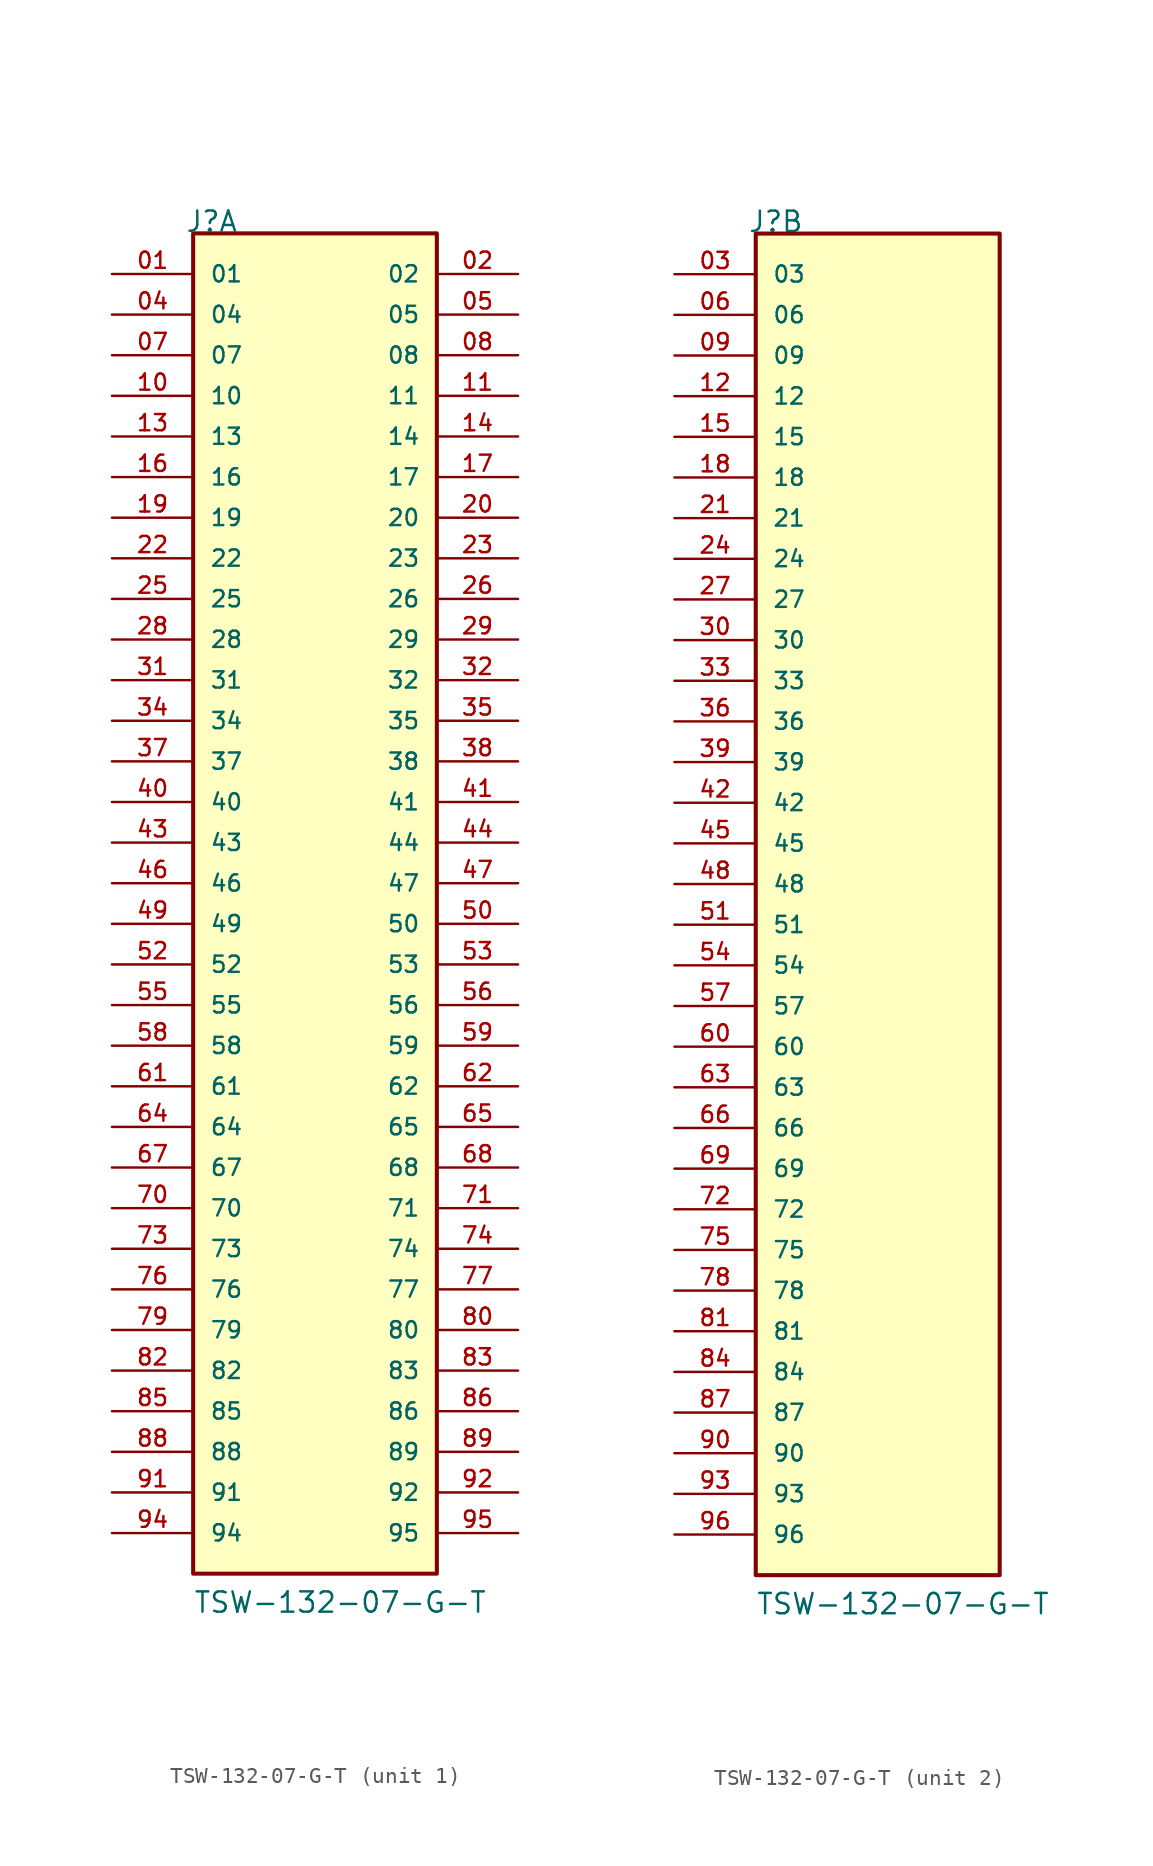
<source format=kicad_sym>
(kicad_symbol_lib
  (version 20211014)
  (generator kicad_symbol_editor)
  (symbol "TSW-132-07-G-T"
    (pin_names
      (offset 1.016))
    (property "Reference" "J"
      (at -8.128 43.18 0)
      (effects (font (size 1.27 1.27)) (justify left bottom)))
    (property "Value" "TSW-132-07-G-T"
      (at -7.62 -43.18 0)
      (effects (font (size 1.27 1.27)) (justify left bottom)))
    (property "ki_locked" ""
      (at 0 0 0)
      (effects (font (size 1.27 1.27))))
    (symbol "TSW-132-07-G-T_1_0"
      (rectangle (start -7.62 -40.64) (end 7.62 43.18) (stroke (width 0.254) (type default) (color 0 0 0 0)) (fill (type background)))
      (pin passive line (at -12.7 40.64 0) (length 5.08) (name "01" (effects (font (size 1.016 1.016)))) (number "01" (effects (font (size 1.016 1.016)))))
      (pin passive line (at 12.7 40.64 180) (length 5.08) (name "02" (effects (font (size 1.016 1.016)))) (number "02" (effects (font (size 1.016 1.016)))))
      (pin passive line (at -12.7 38.1 0) (length 5.08) (name "04" (effects (font (size 1.016 1.016)))) (number "04" (effects (font (size 1.016 1.016)))))
      (pin passive line (at 12.7 38.1 180) (length 5.08) (name "05" (effects (font (size 1.016 1.016)))) (number "05" (effects (font (size 1.016 1.016)))))
      (pin passive line (at -12.7 35.56 0) (length 5.08) (name "07" (effects (font (size 1.016 1.016)))) (number "07" (effects (font (size 1.016 1.016)))))
      (pin passive line (at 12.7 35.56 180) (length 5.08) (name "08" (effects (font (size 1.016 1.016)))) (number "08" (effects (font (size 1.016 1.016)))))
      (pin passive line (at -12.7 33.02 0) (length 5.08) (name "10" (effects (font (size 1.016 1.016)))) (number "10" (effects (font (size 1.016 1.016)))))
      (pin passive line (at 12.7 33.02 180) (length 5.08) (name "11" (effects (font (size 1.016 1.016)))) (number "11" (effects (font (size 1.016 1.016)))))
      (pin passive line (at -12.7 30.48 0) (length 5.08) (name "13" (effects (font (size 1.016 1.016)))) (number "13" (effects (font (size 1.016 1.016)))))
      (pin passive line (at 12.7 30.48 180) (length 5.08) (name "14" (effects (font (size 1.016 1.016)))) (number "14" (effects (font (size 1.016 1.016)))))
      (pin passive line (at -12.7 27.94 0) (length 5.08) (name "16" (effects (font (size 1.016 1.016)))) (number "16" (effects (font (size 1.016 1.016)))))
      (pin passive line (at 12.7 27.94 180) (length 5.08) (name "17" (effects (font (size 1.016 1.016)))) (number "17" (effects (font (size 1.016 1.016)))))
      (pin passive line (at -12.7 25.4 0) (length 5.08) (name "19" (effects (font (size 1.016 1.016)))) (number "19" (effects (font (size 1.016 1.016)))))
      (pin passive line (at 12.7 25.4 180) (length 5.08) (name "20" (effects (font (size 1.016 1.016)))) (number "20" (effects (font (size 1.016 1.016)))))
      (pin passive line (at -12.7 22.86 0) (length 5.08) (name "22" (effects (font (size 1.016 1.016)))) (number "22" (effects (font (size 1.016 1.016)))))
      (pin passive line (at 12.7 22.86 180) (length 5.08) (name "23" (effects (font (size 1.016 1.016)))) (number "23" (effects (font (size 1.016 1.016)))))
      (pin passive line (at -12.7 20.32 0) (length 5.08) (name "25" (effects (font (size 1.016 1.016)))) (number "25" (effects (font (size 1.016 1.016)))))
      (pin passive line (at 12.7 20.32 180) (length 5.08) (name "26" (effects (font (size 1.016 1.016)))) (number "26" (effects (font (size 1.016 1.016)))))
      (pin passive line (at -12.7 17.78 0) (length 5.08) (name "28" (effects (font (size 1.016 1.016)))) (number "28" (effects (font (size 1.016 1.016)))))
      (pin passive line (at 12.7 17.78 180) (length 5.08) (name "29" (effects (font (size 1.016 1.016)))) (number "29" (effects (font (size 1.016 1.016)))))
      (pin passive line (at -12.7 15.24 0) (length 5.08) (name "31" (effects (font (size 1.016 1.016)))) (number "31" (effects (font (size 1.016 1.016)))))
      (pin passive line (at 12.7 15.24 180) (length 5.08) (name "32" (effects (font (size 1.016 1.016)))) (number "32" (effects (font (size 1.016 1.016)))))
      (pin passive line (at -12.7 12.7 0) (length 5.08) (name "34" (effects (font (size 1.016 1.016)))) (number "34" (effects (font (size 1.016 1.016)))))
      (pin passive line (at 12.7 12.7 180) (length 5.08) (name "35" (effects (font (size 1.016 1.016)))) (number "35" (effects (font (size 1.016 1.016)))))
      (pin passive line (at -12.7 10.16 0) (length 5.08) (name "37" (effects (font (size 1.016 1.016)))) (number "37" (effects (font (size 1.016 1.016)))))
      (pin passive line (at 12.7 10.16 180) (length 5.08) (name "38" (effects (font (size 1.016 1.016)))) (number "38" (effects (font (size 1.016 1.016)))))
      (pin passive line (at -12.7 7.62 0) (length 5.08) (name "40" (effects (font (size 1.016 1.016)))) (number "40" (effects (font (size 1.016 1.016)))))
      (pin passive line (at 12.7 7.62 180) (length 5.08) (name "41" (effects (font (size 1.016 1.016)))) (number "41" (effects (font (size 1.016 1.016)))))
      (pin passive line (at -12.7 5.08 0) (length 5.08) (name "43" (effects (font (size 1.016 1.016)))) (number "43" (effects (font (size 1.016 1.016)))))
      (pin passive line (at 12.7 5.08 180) (length 5.08) (name "44" (effects (font (size 1.016 1.016)))) (number "44" (effects (font (size 1.016 1.016)))))
      (pin passive line (at -12.7 2.54 0) (length 5.08) (name "46" (effects (font (size 1.016 1.016)))) (number "46" (effects (font (size 1.016 1.016)))))
      (pin passive line (at 12.7 2.54 180) (length 5.08) (name "47" (effects (font (size 1.016 1.016)))) (number "47" (effects (font (size 1.016 1.016)))))
      (pin passive line (at -12.7 0 0) (length 5.08) (name "49" (effects (font (size 1.016 1.016)))) (number "49" (effects (font (size 1.016 1.016)))))
      (pin passive line (at 12.7 0 180) (length 5.08) (name "50" (effects (font (size 1.016 1.016)))) (number "50" (effects (font (size 1.016 1.016)))))
      (pin passive line (at -12.7 -2.54 0) (length 5.08) (name "52" (effects (font (size 1.016 1.016)))) (number "52" (effects (font (size 1.016 1.016)))))
      (pin passive line (at 12.7 -2.54 180) (length 5.08) (name "53" (effects (font (size 1.016 1.016)))) (number "53" (effects (font (size 1.016 1.016)))))
      (pin passive line (at -12.7 -5.08 0) (length 5.08) (name "55" (effects (font (size 1.016 1.016)))) (number "55" (effects (font (size 1.016 1.016)))))
      (pin passive line (at 12.7 -5.08 180) (length 5.08) (name "56" (effects (font (size 1.016 1.016)))) (number "56" (effects (font (size 1.016 1.016)))))
      (pin passive line (at -12.7 -7.62 0) (length 5.08) (name "58" (effects (font (size 1.016 1.016)))) (number "58" (effects (font (size 1.016 1.016)))))
      (pin passive line (at 12.7 -7.62 180) (length 5.08) (name "59" (effects (font (size 1.016 1.016)))) (number "59" (effects (font (size 1.016 1.016)))))
      (pin passive line (at -12.7 -10.16 0) (length 5.08) (name "61" (effects (font (size 1.016 1.016)))) (number "61" (effects (font (size 1.016 1.016)))))
      (pin passive line (at 12.7 -10.16 180) (length 5.08) (name "62" (effects (font (size 1.016 1.016)))) (number "62" (effects (font (size 1.016 1.016)))))
      (pin passive line (at -12.7 -12.7 0) (length 5.08) (name "64" (effects (font (size 1.016 1.016)))) (number "64" (effects (font (size 1.016 1.016)))))
      (pin passive line (at 12.7 -12.7 180) (length 5.08) (name "65" (effects (font (size 1.016 1.016)))) (number "65" (effects (font (size 1.016 1.016)))))
      (pin passive line (at -12.7 -15.24 0) (length 5.08) (name "67" (effects (font (size 1.016 1.016)))) (number "67" (effects (font (size 1.016 1.016)))))
      (pin passive line (at 12.7 -15.24 180) (length 5.08) (name "68" (effects (font (size 1.016 1.016)))) (number "68" (effects (font (size 1.016 1.016)))))
      (pin passive line (at -12.7 -17.78 0) (length 5.08) (name "70" (effects (font (size 1.016 1.016)))) (number "70" (effects (font (size 1.016 1.016)))))
      (pin passive line (at 12.7 -17.78 180) (length 5.08) (name "71" (effects (font (size 1.016 1.016)))) (number "71" (effects (font (size 1.016 1.016)))))
      (pin passive line (at -12.7 -20.32 0) (length 5.08) (name "73" (effects (font (size 1.016 1.016)))) (number "73" (effects (font (size 1.016 1.016)))))
      (pin passive line (at 12.7 -20.32 180) (length 5.08) (name "74" (effects (font (size 1.016 1.016)))) (number "74" (effects (font (size 1.016 1.016)))))
      (pin passive line (at -12.7 -22.86 0) (length 5.08) (name "76" (effects (font (size 1.016 1.016)))) (number "76" (effects (font (size 1.016 1.016)))))
      (pin passive line (at 12.7 -22.86 180) (length 5.08) (name "77" (effects (font (size 1.016 1.016)))) (number "77" (effects (font (size 1.016 1.016)))))
      (pin passive line (at -12.7 -25.4 0) (length 5.08) (name "79" (effects (font (size 1.016 1.016)))) (number "79" (effects (font (size 1.016 1.016)))))
      (pin passive line (at 12.7 -25.4 180) (length 5.08) (name "80" (effects (font (size 1.016 1.016)))) (number "80" (effects (font (size 1.016 1.016)))))
      (pin passive line (at -12.7 -27.94 0) (length 5.08) (name "82" (effects (font (size 1.016 1.016)))) (number "82" (effects (font (size 1.016 1.016)))))
      (pin passive line (at 12.7 -27.94 180) (length 5.08) (name "83" (effects (font (size 1.016 1.016)))) (number "83" (effects (font (size 1.016 1.016)))))
      (pin passive line (at -12.7 -30.48 0) (length 5.08) (name "85" (effects (font (size 1.016 1.016)))) (number "85" (effects (font (size 1.016 1.016)))))
      (pin passive line (at 12.7 -30.48 180) (length 5.08) (name "86" (effects (font (size 1.016 1.016)))) (number "86" (effects (font (size 1.016 1.016)))))
      (pin passive line (at -12.7 -33.02 0) (length 5.08) (name "88" (effects (font (size 1.016 1.016)))) (number "88" (effects (font (size 1.016 1.016)))))
      (pin passive line (at 12.7 -33.02 180) (length 5.08) (name "89" (effects (font (size 1.016 1.016)))) (number "89" (effects (font (size 1.016 1.016)))))
      (pin passive line (at -12.7 -35.56 0) (length 5.08) (name "91" (effects (font (size 1.016 1.016)))) (number "91" (effects (font (size 1.016 1.016)))))
      (pin passive line (at 12.7 -35.56 180) (length 5.08) (name "92" (effects (font (size 1.016 1.016)))) (number "92" (effects (font (size 1.016 1.016)))))
      (pin passive line (at -12.7 -38.1 0) (length 5.08) (name "94" (effects (font (size 1.016 1.016)))) (number "94" (effects (font (size 1.016 1.016)))))
      (pin passive line (at 12.7 -38.1 180) (length 5.08) (name "95" (effects (font (size 1.016 1.016)))) (number "95" (effects (font (size 1.016 1.016))))))
    (symbol "TSW-132-07-G-T_2_0"
      (rectangle (start -7.62 -40.64) (end 7.62 43.18) (stroke (width 0.254) (type default) (color 0 0 0 0)) (fill (type background)))
      (pin passive line (at -12.7 40.64 0) (length 5.08) (name "03" (effects (font (size 1.016 1.016)))) (number "03" (effects (font (size 1.016 1.016)))))
      (pin passive line (at -12.7 38.1 0) (length 5.08) (name "06" (effects (font (size 1.016 1.016)))) (number "06" (effects (font (size 1.016 1.016)))))
      (pin passive line (at -12.7 35.56 0) (length 5.08) (name "09" (effects (font (size 1.016 1.016)))) (number "09" (effects (font (size 1.016 1.016)))))
      (pin passive line (at -12.7 33.02 0) (length 5.08) (name "12" (effects (font (size 1.016 1.016)))) (number "12" (effects (font (size 1.016 1.016)))))
      (pin passive line (at -12.7 30.48 0) (length 5.08) (name "15" (effects (font (size 1.016 1.016)))) (number "15" (effects (font (size 1.016 1.016)))))
      (pin passive line (at -12.7 27.94 0) (length 5.08) (name "18" (effects (font (size 1.016 1.016)))) (number "18" (effects (font (size 1.016 1.016)))))
      (pin passive line (at -12.7 25.4 0) (length 5.08) (name "21" (effects (font (size 1.016 1.016)))) (number "21" (effects (font (size 1.016 1.016)))))
      (pin passive line (at -12.7 22.86 0) (length 5.08) (name "24" (effects (font (size 1.016 1.016)))) (number "24" (effects (font (size 1.016 1.016)))))
      (pin passive line (at -12.7 20.32 0) (length 5.08) (name "27" (effects (font (size 1.016 1.016)))) (number "27" (effects (font (size 1.016 1.016)))))
      (pin passive line (at -12.7 17.78 0) (length 5.08) (name "30" (effects (font (size 1.016 1.016)))) (number "30" (effects (font (size 1.016 1.016)))))
      (pin passive line (at -12.7 15.24 0) (length 5.08) (name "33" (effects (font (size 1.016 1.016)))) (number "33" (effects (font (size 1.016 1.016)))))
      (pin passive line (at -12.7 12.7 0) (length 5.08) (name "36" (effects (font (size 1.016 1.016)))) (number "36" (effects (font (size 1.016 1.016)))))
      (pin passive line (at -12.7 10.16 0) (length 5.08) (name "39" (effects (font (size 1.016 1.016)))) (number "39" (effects (font (size 1.016 1.016)))))
      (pin passive line (at -12.7 7.62 0) (length 5.08) (name "42" (effects (font (size 1.016 1.016)))) (number "42" (effects (font (size 1.016 1.016)))))
      (pin passive line (at -12.7 5.08 0) (length 5.08) (name "45" (effects (font (size 1.016 1.016)))) (number "45" (effects (font (size 1.016 1.016)))))
      (pin passive line (at -12.7 2.54 0) (length 5.08) (name "48" (effects (font (size 1.016 1.016)))) (number "48" (effects (font (size 1.016 1.016)))))
      (pin passive line (at -12.7 0 0) (length 5.08) (name "51" (effects (font (size 1.016 1.016)))) (number "51" (effects (font (size 1.016 1.016)))))
      (pin passive line (at -12.7 -2.54 0) (length 5.08) (name "54" (effects (font (size 1.016 1.016)))) (number "54" (effects (font (size 1.016 1.016)))))
      (pin passive line (at -12.7 -5.08 0) (length 5.08) (name "57" (effects (font (size 1.016 1.016)))) (number "57" (effects (font (size 1.016 1.016)))))
      (pin passive line (at -12.7 -7.62 0) (length 5.08) (name "60" (effects (font (size 1.016 1.016)))) (number "60" (effects (font (size 1.016 1.016)))))
      (pin passive line (at -12.7 -10.16 0) (length 5.08) (name "63" (effects (font (size 1.016 1.016)))) (number "63" (effects (font (size 1.016 1.016)))))
      (pin passive line (at -12.7 -12.7 0) (length 5.08) (name "66" (effects (font (size 1.016 1.016)))) (number "66" (effects (font (size 1.016 1.016)))))
      (pin passive line (at -12.7 -15.24 0) (length 5.08) (name "69" (effects (font (size 1.016 1.016)))) (number "69" (effects (font (size 1.016 1.016)))))
      (pin passive line (at -12.7 -17.78 0) (length 5.08) (name "72" (effects (font (size 1.016 1.016)))) (number "72" (effects (font (size 1.016 1.016)))))
      (pin passive line (at -12.7 -20.32 0) (length 5.08) (name "75" (effects (font (size 1.016 1.016)))) (number "75" (effects (font (size 1.016 1.016)))))
      (pin passive line (at -12.7 -22.86 0) (length 5.08) (name "78" (effects (font (size 1.016 1.016)))) (number "78" (effects (font (size 1.016 1.016)))))
      (pin passive line (at -12.7 -25.4 0) (length 5.08) (name "81" (effects (font (size 1.016 1.016)))) (number "81" (effects (font (size 1.016 1.016)))))
      (pin passive line (at -12.7 -27.94 0) (length 5.08) (name "84" (effects (font (size 1.016 1.016)))) (number "84" (effects (font (size 1.016 1.016)))))
      (pin passive line (at -12.7 -30.48 0) (length 5.08) (name "87" (effects (font (size 1.016 1.016)))) (number "87" (effects (font (size 1.016 1.016)))))
      (pin passive line (at -12.7 -33.02 0) (length 5.08) (name "90" (effects (font (size 1.016 1.016)))) (number "90" (effects (font (size 1.016 1.016)))))
      (pin passive line (at -12.7 -35.56 0) (length 5.08) (name "93" (effects (font (size 1.016 1.016)))) (number "93" (effects (font (size 1.016 1.016)))))
      (pin passive line (at -12.7 -38.1 0) (length 5.08) (name "96" (effects (font (size 1.016 1.016)))) (number "96" (effects (font (size 1.016 1.016))))))))
</source>
